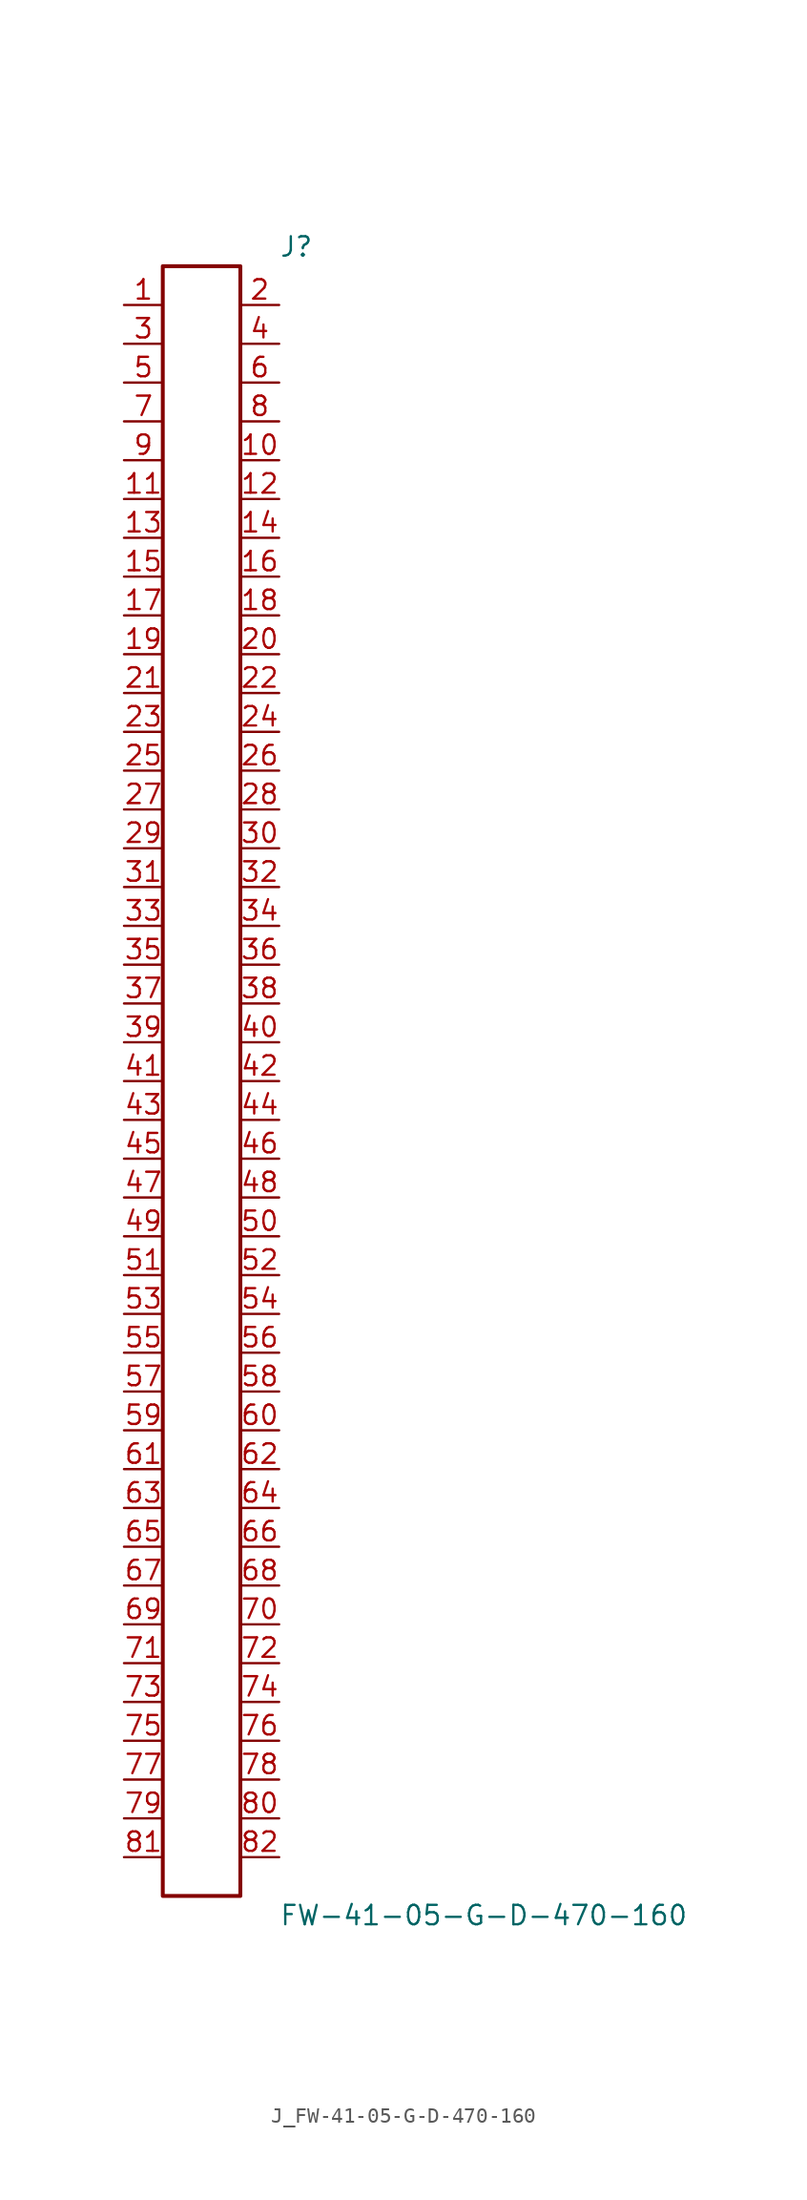
<source format=kicad_sym>
(kicad_symbol_lib
  (version 20231120)
  (generator kicad_symbol_editor)
  (generator_version 8.0)
  (symbol "J_FW-41-05-G-D-470-160"
    (pin_names
      (offset 0.254))
    (property "Reference" "J"
      (at 5.08 54.61 0)
      (effects (font (size 1.27 1.27)) (justify left)))
    (property "Value" "FW-41-05-G-D-470-160"
      (at 5.08 -54.61 0)
      (effects (font (size 1.27 1.27)) (justify left)))
    (symbol "J_FW-41-05-G-D-470-160_0_0"
      (pin unspecified line (at -5.08 50.8 0) (length 2.54) (name "" (effects (font (size 1.27 1.27)))) (number "1" (effects (font (size 1.27 1.27)))))
      (pin unspecified line (at 5.08 50.8 180) (length 2.54) (name "" (effects (font (size 1.27 1.27)))) (number "2" (effects (font (size 1.27 1.27)))))
      (pin unspecified line (at -5.08 48.26 0) (length 2.54) (name "" (effects (font (size 1.27 1.27)))) (number "3" (effects (font (size 1.27 1.27)))))
      (pin unspecified line (at 5.08 48.26 180) (length 2.54) (name "" (effects (font (size 1.27 1.27)))) (number "4" (effects (font (size 1.27 1.27)))))
      (pin unspecified line (at -5.08 45.72 0) (length 2.54) (name "" (effects (font (size 1.27 1.27)))) (number "5" (effects (font (size 1.27 1.27)))))
      (pin unspecified line (at 5.08 45.72 180) (length 2.54) (name "" (effects (font (size 1.27 1.27)))) (number "6" (effects (font (size 1.27 1.27)))))
      (pin unspecified line (at -5.08 43.18 0) (length 2.54) (name "" (effects (font (size 1.27 1.27)))) (number "7" (effects (font (size 1.27 1.27)))))
      (pin unspecified line (at 5.08 43.18 180) (length 2.54) (name "" (effects (font (size 1.27 1.27)))) (number "8" (effects (font (size 1.27 1.27)))))
      (pin unspecified line (at -5.08 40.64 0) (length 2.54) (name "" (effects (font (size 1.27 1.27)))) (number "9" (effects (font (size 1.27 1.27)))))
      (pin unspecified line (at 5.08 40.64 180) (length 2.54) (name "" (effects (font (size 1.27 1.27)))) (number "10" (effects (font (size 1.27 1.27)))))
      (pin unspecified line (at -5.08 38.1 0) (length 2.54) (name "" (effects (font (size 1.27 1.27)))) (number "11" (effects (font (size 1.27 1.27)))))
      (pin unspecified line (at 5.08 38.1 180) (length 2.54) (name "" (effects (font (size 1.27 1.27)))) (number "12" (effects (font (size 1.27 1.27)))))
      (pin unspecified line (at -5.08 35.56 0) (length 2.54) (name "" (effects (font (size 1.27 1.27)))) (number "13" (effects (font (size 1.27 1.27)))))
      (pin unspecified line (at 5.08 35.56 180) (length 2.54) (name "" (effects (font (size 1.27 1.27)))) (number "14" (effects (font (size 1.27 1.27)))))
      (pin unspecified line (at -5.08 33.02 0) (length 2.54) (name "" (effects (font (size 1.27 1.27)))) (number "15" (effects (font (size 1.27 1.27)))))
      (pin unspecified line (at 5.08 33.02 180) (length 2.54) (name "" (effects (font (size 1.27 1.27)))) (number "16" (effects (font (size 1.27 1.27)))))
      (pin unspecified line (at -5.08 30.48 0) (length 2.54) (name "" (effects (font (size 1.27 1.27)))) (number "17" (effects (font (size 1.27 1.27)))))
      (pin unspecified line (at 5.08 30.48 180) (length 2.54) (name "" (effects (font (size 1.27 1.27)))) (number "18" (effects (font (size 1.27 1.27)))))
      (pin unspecified line (at -5.08 27.94 0) (length 2.54) (name "" (effects (font (size 1.27 1.27)))) (number "19" (effects (font (size 1.27 1.27)))))
      (pin unspecified line (at 5.08 27.94 180) (length 2.54) (name "" (effects (font (size 1.27 1.27)))) (number "20" (effects (font (size 1.27 1.27)))))
      (pin unspecified line (at -5.08 25.4 0) (length 2.54) (name "" (effects (font (size 1.27 1.27)))) (number "21" (effects (font (size 1.27 1.27)))))
      (pin unspecified line (at 5.08 25.4 180) (length 2.54) (name "" (effects (font (size 1.27 1.27)))) (number "22" (effects (font (size 1.27 1.27)))))
      (pin unspecified line (at -5.08 22.86 0) (length 2.54) (name "" (effects (font (size 1.27 1.27)))) (number "23" (effects (font (size 1.27 1.27)))))
      (pin unspecified line (at 5.08 22.86 180) (length 2.54) (name "" (effects (font (size 1.27 1.27)))) (number "24" (effects (font (size 1.27 1.27)))))
      (pin unspecified line (at -5.08 20.32 0) (length 2.54) (name "" (effects (font (size 1.27 1.27)))) (number "25" (effects (font (size 1.27 1.27)))))
      (pin unspecified line (at 5.08 20.32 180) (length 2.54) (name "" (effects (font (size 1.27 1.27)))) (number "26" (effects (font (size 1.27 1.27)))))
      (pin unspecified line (at -5.08 17.78 0) (length 2.54) (name "" (effects (font (size 1.27 1.27)))) (number "27" (effects (font (size 1.27 1.27)))))
      (pin unspecified line (at 5.08 17.78 180) (length 2.54) (name "" (effects (font (size 1.27 1.27)))) (number "28" (effects (font (size 1.27 1.27)))))
      (pin unspecified line (at -5.08 15.24 0) (length 2.54) (name "" (effects (font (size 1.27 1.27)))) (number "29" (effects (font (size 1.27 1.27)))))
      (pin unspecified line (at 5.08 15.24 180) (length 2.54) (name "" (effects (font (size 1.27 1.27)))) (number "30" (effects (font (size 1.27 1.27)))))
      (pin unspecified line (at -5.08 12.7 0) (length 2.54) (name "" (effects (font (size 1.27 1.27)))) (number "31" (effects (font (size 1.27 1.27)))))
      (pin unspecified line (at 5.08 12.7 180) (length 2.54) (name "" (effects (font (size 1.27 1.27)))) (number "32" (effects (font (size 1.27 1.27)))))
      (pin unspecified line (at -5.08 10.16 0) (length 2.54) (name "" (effects (font (size 1.27 1.27)))) (number "33" (effects (font (size 1.27 1.27)))))
      (pin unspecified line (at 5.08 10.16 180) (length 2.54) (name "" (effects (font (size 1.27 1.27)))) (number "34" (effects (font (size 1.27 1.27)))))
      (pin unspecified line (at -5.08 7.62 0) (length 2.54) (name "" (effects (font (size 1.27 1.27)))) (number "35" (effects (font (size 1.27 1.27)))))
      (pin unspecified line (at 5.08 7.62 180) (length 2.54) (name "" (effects (font (size 1.27 1.27)))) (number "36" (effects (font (size 1.27 1.27)))))
      (pin unspecified line (at -5.08 5.08 0) (length 2.54) (name "" (effects (font (size 1.27 1.27)))) (number "37" (effects (font (size 1.27 1.27)))))
      (pin unspecified line (at 5.08 5.08 180) (length 2.54) (name "" (effects (font (size 1.27 1.27)))) (number "38" (effects (font (size 1.27 1.27)))))
      (pin unspecified line (at -5.08 2.54 0) (length 2.54) (name "" (effects (font (size 1.27 1.27)))) (number "39" (effects (font (size 1.27 1.27)))))
      (pin unspecified line (at 5.08 2.54 180) (length 2.54) (name "" (effects (font (size 1.27 1.27)))) (number "40" (effects (font (size 1.27 1.27)))))
      (pin unspecified line (at -5.08 0.0 0) (length 2.54) (name "" (effects (font (size 1.27 1.27)))) (number "41" (effects (font (size 1.27 1.27)))))
      (pin unspecified line (at 5.08 0.0 180) (length 2.54) (name "" (effects (font (size 1.27 1.27)))) (number "42" (effects (font (size 1.27 1.27)))))
      (pin unspecified line (at -5.08 -2.54 0) (length 2.54) (name "" (effects (font (size 1.27 1.27)))) (number "43" (effects (font (size 1.27 1.27)))))
      (pin unspecified line (at 5.08 -2.54 180) (length 2.54) (name "" (effects (font (size 1.27 1.27)))) (number "44" (effects (font (size 1.27 1.27)))))
      (pin unspecified line (at -5.08 -5.08 0) (length 2.54) (name "" (effects (font (size 1.27 1.27)))) (number "45" (effects (font (size 1.27 1.27)))))
      (pin unspecified line (at 5.08 -5.08 180) (length 2.54) (name "" (effects (font (size 1.27 1.27)))) (number "46" (effects (font (size 1.27 1.27)))))
      (pin unspecified line (at -5.08 -7.62 0) (length 2.54) (name "" (effects (font (size 1.27 1.27)))) (number "47" (effects (font (size 1.27 1.27)))))
      (pin unspecified line (at 5.08 -7.62 180) (length 2.54) (name "" (effects (font (size 1.27 1.27)))) (number "48" (effects (font (size 1.27 1.27)))))
      (pin unspecified line (at -5.08 -10.16 0) (length 2.54) (name "" (effects (font (size 1.27 1.27)))) (number "49" (effects (font (size 1.27 1.27)))))
      (pin unspecified line (at 5.08 -10.16 180) (length 2.54) (name "" (effects (font (size 1.27 1.27)))) (number "50" (effects (font (size 1.27 1.27)))))
      (pin unspecified line (at -5.08 -12.7 0) (length 2.54) (name "" (effects (font (size 1.27 1.27)))) (number "51" (effects (font (size 1.27 1.27)))))
      (pin unspecified line (at 5.08 -12.7 180) (length 2.54) (name "" (effects (font (size 1.27 1.27)))) (number "52" (effects (font (size 1.27 1.27)))))
      (pin unspecified line (at -5.08 -15.24 0) (length 2.54) (name "" (effects (font (size 1.27 1.27)))) (number "53" (effects (font (size 1.27 1.27)))))
      (pin unspecified line (at 5.08 -15.24 180) (length 2.54) (name "" (effects (font (size 1.27 1.27)))) (number "54" (effects (font (size 1.27 1.27)))))
      (pin unspecified line (at -5.08 -17.78 0) (length 2.54) (name "" (effects (font (size 1.27 1.27)))) (number "55" (effects (font (size 1.27 1.27)))))
      (pin unspecified line (at 5.08 -17.78 180) (length 2.54) (name "" (effects (font (size 1.27 1.27)))) (number "56" (effects (font (size 1.27 1.27)))))
      (pin unspecified line (at -5.08 -20.32 0) (length 2.54) (name "" (effects (font (size 1.27 1.27)))) (number "57" (effects (font (size 1.27 1.27)))))
      (pin unspecified line (at 5.08 -20.32 180) (length 2.54) (name "" (effects (font (size 1.27 1.27)))) (number "58" (effects (font (size 1.27 1.27)))))
      (pin unspecified line (at -5.08 -22.86 0) (length 2.54) (name "" (effects (font (size 1.27 1.27)))) (number "59" (effects (font (size 1.27 1.27)))))
      (pin unspecified line (at 5.08 -22.86 180) (length 2.54) (name "" (effects (font (size 1.27 1.27)))) (number "60" (effects (font (size 1.27 1.27)))))
      (pin unspecified line (at -5.08 -25.4 0) (length 2.54) (name "" (effects (font (size 1.27 1.27)))) (number "61" (effects (font (size 1.27 1.27)))))
      (pin unspecified line (at 5.08 -25.4 180) (length 2.54) (name "" (effects (font (size 1.27 1.27)))) (number "62" (effects (font (size 1.27 1.27)))))
      (pin unspecified line (at -5.08 -27.94 0) (length 2.54) (name "" (effects (font (size 1.27 1.27)))) (number "63" (effects (font (size 1.27 1.27)))))
      (pin unspecified line (at 5.08 -27.94 180) (length 2.54) (name "" (effects (font (size 1.27 1.27)))) (number "64" (effects (font (size 1.27 1.27)))))
      (pin unspecified line (at -5.08 -30.48 0) (length 2.54) (name "" (effects (font (size 1.27 1.27)))) (number "65" (effects (font (size 1.27 1.27)))))
      (pin unspecified line (at 5.08 -30.48 180) (length 2.54) (name "" (effects (font (size 1.27 1.27)))) (number "66" (effects (font (size 1.27 1.27)))))
      (pin unspecified line (at -5.08 -33.02 0) (length 2.54) (name "" (effects (font (size 1.27 1.27)))) (number "67" (effects (font (size 1.27 1.27)))))
      (pin unspecified line (at 5.08 -33.02 180) (length 2.54) (name "" (effects (font (size 1.27 1.27)))) (number "68" (effects (font (size 1.27 1.27)))))
      (pin unspecified line (at -5.08 -35.56 0) (length 2.54) (name "" (effects (font (size 1.27 1.27)))) (number "69" (effects (font (size 1.27 1.27)))))
      (pin unspecified line (at 5.08 -35.56 180) (length 2.54) (name "" (effects (font (size 1.27 1.27)))) (number "70" (effects (font (size 1.27 1.27)))))
      (pin unspecified line (at -5.08 -38.1 0) (length 2.54) (name "" (effects (font (size 1.27 1.27)))) (number "71" (effects (font (size 1.27 1.27)))))
      (pin unspecified line (at 5.08 -38.1 180) (length 2.54) (name "" (effects (font (size 1.27 1.27)))) (number "72" (effects (font (size 1.27 1.27)))))
      (pin unspecified line (at -5.08 -40.64 0) (length 2.54) (name "" (effects (font (size 1.27 1.27)))) (number "73" (effects (font (size 1.27 1.27)))))
      (pin unspecified line (at 5.08 -40.64 180) (length 2.54) (name "" (effects (font (size 1.27 1.27)))) (number "74" (effects (font (size 1.27 1.27)))))
      (pin unspecified line (at -5.08 -43.18 0) (length 2.54) (name "" (effects (font (size 1.27 1.27)))) (number "75" (effects (font (size 1.27 1.27)))))
      (pin unspecified line (at 5.08 -43.18 180) (length 2.54) (name "" (effects (font (size 1.27 1.27)))) (number "76" (effects (font (size 1.27 1.27)))))
      (pin unspecified line (at -5.08 -45.72 0) (length 2.54) (name "" (effects (font (size 1.27 1.27)))) (number "77" (effects (font (size 1.27 1.27)))))
      (pin unspecified line (at 5.08 -45.72 180) (length 2.54) (name "" (effects (font (size 1.27 1.27)))) (number "78" (effects (font (size 1.27 1.27)))))
      (pin unspecified line (at -5.08 -48.26 0) (length 2.54) (name "" (effects (font (size 1.27 1.27)))) (number "79" (effects (font (size 1.27 1.27)))))
      (pin unspecified line (at 5.08 -48.26 180) (length 2.54) (name "" (effects (font (size 1.27 1.27)))) (number "80" (effects (font (size 1.27 1.27)))))
      (pin unspecified line (at -5.08 -50.8 0) (length 2.54) (name "" (effects (font (size 1.27 1.27)))) (number "81" (effects (font (size 1.27 1.27)))))
      (pin unspecified line (at 5.08 -50.8 180) (length 2.54) (name "" (effects (font (size 1.27 1.27)))) (number "82" (effects (font (size 1.27 1.27))))))
    (symbol "J_FW-41-05-G-D-470-160_1_0"
      (rectangle (start -2.54 53.34) (end 2.54 -53.34) (stroke (width 0.254) (type solid)) (fill (type none))))))
</source>
